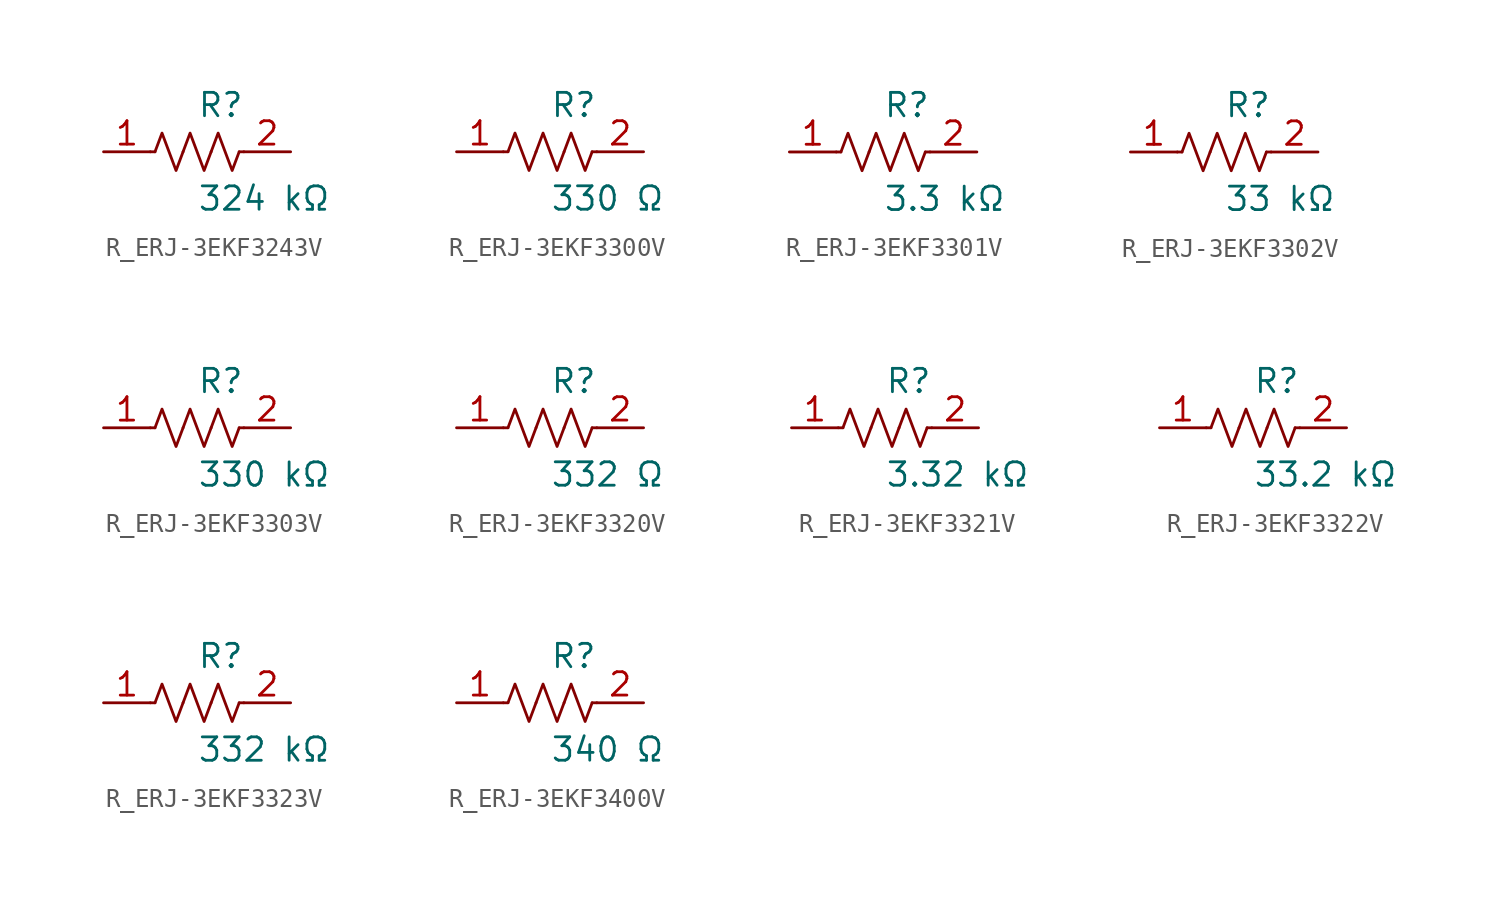
<source format=kicad_sym>
(kicad_symbol_lib
  (version 20231120)
  (generator kicad_symbol_editor)
  (generator_version 8.0)
  (symbol "R_ERJ-3EKF3243V"
    (pin_names
      (offset 0.254))
    (property "Reference" "R"
      (at 0.0 2.54 0)
      (effects (font (size 1.27 1.27)) (justify left)))
    (property "Value" "324 kΩ"
      (at 0.0 -2.54 0)
      (effects (font (size 1.27 1.27)) (justify left)))
    (symbol "R_ERJ-3EKF3243V_0_1"
      (polyline (pts (xy 2.286 0) (xy 2.54 0)) (stroke (width 0) (type default)) (fill (type none)))
      (polyline (pts (xy -2.286 0) (xy -2.54 0)) (stroke (width 0) (type default)) (fill (type none)))
      (polyline (pts (xy 0.762 0) (xy 1.143 1.016) (xy 1.524 0) (xy 1.905 -1.016) (xy 2.286 0)) (stroke (width 0) (type default)) (fill (type none)))
      (polyline (pts (xy -0.762 0) (xy -0.381 1.016) (xy 0 0) (xy 0.381 -1.016) (xy 0.762 0)) (stroke (width 0) (type default)) (fill (type none)))
      (polyline (pts (xy -2.286 0) (xy -1.905 1.016) (xy -1.524 0) (xy -1.143 -1.016) (xy -0.762 0)) (stroke (width 0) (type default)) (fill (type none))))
    (pin unspecified line
      (at -5.08 0 0)
      (length 2.54)
      (name "" (effects (font (size 1.27 1.27))))
      (number "1" (effects (font (size 1.27 1.27)))))
    (pin unspecified line
      (at 5.08 0 180)
      (length 2.54)
      (name "" (effects (font (size 1.27 1.27))))
      (number "2" (effects (font (size 1.27 1.27))))))
  (symbol "R_ERJ-3EKF3300V"
    (pin_names
      (offset 0.254))
    (property "Reference" "R"
      (at 0.0 2.54 0)
      (effects (font (size 1.27 1.27)) (justify left)))
    (property "Value" "330 Ω"
      (at 0.0 -2.54 0)
      (effects (font (size 1.27 1.27)) (justify left)))
    (symbol "R_ERJ-3EKF3300V_0_1"
      (polyline (pts (xy 2.286 0) (xy 2.54 0)) (stroke (width 0) (type default)) (fill (type none)))
      (polyline (pts (xy -2.286 0) (xy -2.54 0)) (stroke (width 0) (type default)) (fill (type none)))
      (polyline (pts (xy 0.762 0) (xy 1.143 1.016) (xy 1.524 0) (xy 1.905 -1.016) (xy 2.286 0)) (stroke (width 0) (type default)) (fill (type none)))
      (polyline (pts (xy -0.762 0) (xy -0.381 1.016) (xy 0 0) (xy 0.381 -1.016) (xy 0.762 0)) (stroke (width 0) (type default)) (fill (type none)))
      (polyline (pts (xy -2.286 0) (xy -1.905 1.016) (xy -1.524 0) (xy -1.143 -1.016) (xy -0.762 0)) (stroke (width 0) (type default)) (fill (type none))))
    (pin unspecified line
      (at -5.08 0 0)
      (length 2.54)
      (name "" (effects (font (size 1.27 1.27))))
      (number "1" (effects (font (size 1.27 1.27)))))
    (pin unspecified line
      (at 5.08 0 180)
      (length 2.54)
      (name "" (effects (font (size 1.27 1.27))))
      (number "2" (effects (font (size 1.27 1.27))))))
  (symbol "R_ERJ-3EKF3301V"
    (pin_names
      (offset 0.254))
    (property "Reference" "R"
      (at 0.0 2.54 0)
      (effects (font (size 1.27 1.27)) (justify left)))
    (property "Value" "3.3 kΩ"
      (at 0.0 -2.54 0)
      (effects (font (size 1.27 1.27)) (justify left)))
    (symbol "R_ERJ-3EKF3301V_0_1"
      (polyline (pts (xy 2.286 0) (xy 2.54 0)) (stroke (width 0) (type default)) (fill (type none)))
      (polyline (pts (xy -2.286 0) (xy -2.54 0)) (stroke (width 0) (type default)) (fill (type none)))
      (polyline (pts (xy 0.762 0) (xy 1.143 1.016) (xy 1.524 0) (xy 1.905 -1.016) (xy 2.286 0)) (stroke (width 0) (type default)) (fill (type none)))
      (polyline (pts (xy -0.762 0) (xy -0.381 1.016) (xy 0 0) (xy 0.381 -1.016) (xy 0.762 0)) (stroke (width 0) (type default)) (fill (type none)))
      (polyline (pts (xy -2.286 0) (xy -1.905 1.016) (xy -1.524 0) (xy -1.143 -1.016) (xy -0.762 0)) (stroke (width 0) (type default)) (fill (type none))))
    (pin unspecified line
      (at -5.08 0 0)
      (length 2.54)
      (name "" (effects (font (size 1.27 1.27))))
      (number "1" (effects (font (size 1.27 1.27)))))
    (pin unspecified line
      (at 5.08 0 180)
      (length 2.54)
      (name "" (effects (font (size 1.27 1.27))))
      (number "2" (effects (font (size 1.27 1.27))))))
  (symbol "R_ERJ-3EKF3302V"
    (pin_names
      (offset 0.254))
    (property "Reference" "R"
      (at 0.0 2.54 0)
      (effects (font (size 1.27 1.27)) (justify left)))
    (property "Value" "33 kΩ"
      (at 0.0 -2.54 0)
      (effects (font (size 1.27 1.27)) (justify left)))
    (symbol "R_ERJ-3EKF3302V_0_1"
      (polyline (pts (xy 2.286 0) (xy 2.54 0)) (stroke (width 0) (type default)) (fill (type none)))
      (polyline (pts (xy -2.286 0) (xy -2.54 0)) (stroke (width 0) (type default)) (fill (type none)))
      (polyline (pts (xy 0.762 0) (xy 1.143 1.016) (xy 1.524 0) (xy 1.905 -1.016) (xy 2.286 0)) (stroke (width 0) (type default)) (fill (type none)))
      (polyline (pts (xy -0.762 0) (xy -0.381 1.016) (xy 0 0) (xy 0.381 -1.016) (xy 0.762 0)) (stroke (width 0) (type default)) (fill (type none)))
      (polyline (pts (xy -2.286 0) (xy -1.905 1.016) (xy -1.524 0) (xy -1.143 -1.016) (xy -0.762 0)) (stroke (width 0) (type default)) (fill (type none))))
    (pin unspecified line
      (at -5.08 0 0)
      (length 2.54)
      (name "" (effects (font (size 1.27 1.27))))
      (number "1" (effects (font (size 1.27 1.27)))))
    (pin unspecified line
      (at 5.08 0 180)
      (length 2.54)
      (name "" (effects (font (size 1.27 1.27))))
      (number "2" (effects (font (size 1.27 1.27))))))
  (symbol "R_ERJ-3EKF3303V"
    (pin_names
      (offset 0.254))
    (property "Reference" "R"
      (at 0.0 2.54 0)
      (effects (font (size 1.27 1.27)) (justify left)))
    (property "Value" "330 kΩ"
      (at 0.0 -2.54 0)
      (effects (font (size 1.27 1.27)) (justify left)))
    (symbol "R_ERJ-3EKF3303V_0_1"
      (polyline (pts (xy 2.286 0) (xy 2.54 0)) (stroke (width 0) (type default)) (fill (type none)))
      (polyline (pts (xy -2.286 0) (xy -2.54 0)) (stroke (width 0) (type default)) (fill (type none)))
      (polyline (pts (xy 0.762 0) (xy 1.143 1.016) (xy 1.524 0) (xy 1.905 -1.016) (xy 2.286 0)) (stroke (width 0) (type default)) (fill (type none)))
      (polyline (pts (xy -0.762 0) (xy -0.381 1.016) (xy 0 0) (xy 0.381 -1.016) (xy 0.762 0)) (stroke (width 0) (type default)) (fill (type none)))
      (polyline (pts (xy -2.286 0) (xy -1.905 1.016) (xy -1.524 0) (xy -1.143 -1.016) (xy -0.762 0)) (stroke (width 0) (type default)) (fill (type none))))
    (pin unspecified line
      (at -5.08 0 0)
      (length 2.54)
      (name "" (effects (font (size 1.27 1.27))))
      (number "1" (effects (font (size 1.27 1.27)))))
    (pin unspecified line
      (at 5.08 0 180)
      (length 2.54)
      (name "" (effects (font (size 1.27 1.27))))
      (number "2" (effects (font (size 1.27 1.27))))))
  (symbol "R_ERJ-3EKF3320V"
    (pin_names
      (offset 0.254))
    (property "Reference" "R"
      (at 0.0 2.54 0)
      (effects (font (size 1.27 1.27)) (justify left)))
    (property "Value" "332 Ω"
      (at 0.0 -2.54 0)
      (effects (font (size 1.27 1.27)) (justify left)))
    (symbol "R_ERJ-3EKF3320V_0_1"
      (polyline (pts (xy 2.286 0) (xy 2.54 0)) (stroke (width 0) (type default)) (fill (type none)))
      (polyline (pts (xy -2.286 0) (xy -2.54 0)) (stroke (width 0) (type default)) (fill (type none)))
      (polyline (pts (xy 0.762 0) (xy 1.143 1.016) (xy 1.524 0) (xy 1.905 -1.016) (xy 2.286 0)) (stroke (width 0) (type default)) (fill (type none)))
      (polyline (pts (xy -0.762 0) (xy -0.381 1.016) (xy 0 0) (xy 0.381 -1.016) (xy 0.762 0)) (stroke (width 0) (type default)) (fill (type none)))
      (polyline (pts (xy -2.286 0) (xy -1.905 1.016) (xy -1.524 0) (xy -1.143 -1.016) (xy -0.762 0)) (stroke (width 0) (type default)) (fill (type none))))
    (pin unspecified line
      (at -5.08 0 0)
      (length 2.54)
      (name "" (effects (font (size 1.27 1.27))))
      (number "1" (effects (font (size 1.27 1.27)))))
    (pin unspecified line
      (at 5.08 0 180)
      (length 2.54)
      (name "" (effects (font (size 1.27 1.27))))
      (number "2" (effects (font (size 1.27 1.27))))))
  (symbol "R_ERJ-3EKF3321V"
    (pin_names
      (offset 0.254))
    (property "Reference" "R"
      (at 0.0 2.54 0)
      (effects (font (size 1.27 1.27)) (justify left)))
    (property "Value" "3.32 kΩ"
      (at 0.0 -2.54 0)
      (effects (font (size 1.27 1.27)) (justify left)))
    (symbol "R_ERJ-3EKF3321V_0_1"
      (polyline (pts (xy 2.286 0) (xy 2.54 0)) (stroke (width 0) (type default)) (fill (type none)))
      (polyline (pts (xy -2.286 0) (xy -2.54 0)) (stroke (width 0) (type default)) (fill (type none)))
      (polyline (pts (xy 0.762 0) (xy 1.143 1.016) (xy 1.524 0) (xy 1.905 -1.016) (xy 2.286 0)) (stroke (width 0) (type default)) (fill (type none)))
      (polyline (pts (xy -0.762 0) (xy -0.381 1.016) (xy 0 0) (xy 0.381 -1.016) (xy 0.762 0)) (stroke (width 0) (type default)) (fill (type none)))
      (polyline (pts (xy -2.286 0) (xy -1.905 1.016) (xy -1.524 0) (xy -1.143 -1.016) (xy -0.762 0)) (stroke (width 0) (type default)) (fill (type none))))
    (pin unspecified line
      (at -5.08 0 0)
      (length 2.54)
      (name "" (effects (font (size 1.27 1.27))))
      (number "1" (effects (font (size 1.27 1.27)))))
    (pin unspecified line
      (at 5.08 0 180)
      (length 2.54)
      (name "" (effects (font (size 1.27 1.27))))
      (number "2" (effects (font (size 1.27 1.27))))))
  (symbol "R_ERJ-3EKF3322V"
    (pin_names
      (offset 0.254))
    (property "Reference" "R"
      (at 0.0 2.54 0)
      (effects (font (size 1.27 1.27)) (justify left)))
    (property "Value" "33.2 kΩ"
      (at 0.0 -2.54 0)
      (effects (font (size 1.27 1.27)) (justify left)))
    (symbol "R_ERJ-3EKF3322V_0_1"
      (polyline (pts (xy 2.286 0) (xy 2.54 0)) (stroke (width 0) (type default)) (fill (type none)))
      (polyline (pts (xy -2.286 0) (xy -2.54 0)) (stroke (width 0) (type default)) (fill (type none)))
      (polyline (pts (xy 0.762 0) (xy 1.143 1.016) (xy 1.524 0) (xy 1.905 -1.016) (xy 2.286 0)) (stroke (width 0) (type default)) (fill (type none)))
      (polyline (pts (xy -0.762 0) (xy -0.381 1.016) (xy 0 0) (xy 0.381 -1.016) (xy 0.762 0)) (stroke (width 0) (type default)) (fill (type none)))
      (polyline (pts (xy -2.286 0) (xy -1.905 1.016) (xy -1.524 0) (xy -1.143 -1.016) (xy -0.762 0)) (stroke (width 0) (type default)) (fill (type none))))
    (pin unspecified line
      (at -5.08 0 0)
      (length 2.54)
      (name "" (effects (font (size 1.27 1.27))))
      (number "1" (effects (font (size 1.27 1.27)))))
    (pin unspecified line
      (at 5.08 0 180)
      (length 2.54)
      (name "" (effects (font (size 1.27 1.27))))
      (number "2" (effects (font (size 1.27 1.27))))))
  (symbol "R_ERJ-3EKF3323V"
    (pin_names
      (offset 0.254))
    (property "Reference" "R"
      (at 0.0 2.54 0)
      (effects (font (size 1.27 1.27)) (justify left)))
    (property "Value" "332 kΩ"
      (at 0.0 -2.54 0)
      (effects (font (size 1.27 1.27)) (justify left)))
    (symbol "R_ERJ-3EKF3323V_0_1"
      (polyline (pts (xy 2.286 0) (xy 2.54 0)) (stroke (width 0) (type default)) (fill (type none)))
      (polyline (pts (xy -2.286 0) (xy -2.54 0)) (stroke (width 0) (type default)) (fill (type none)))
      (polyline (pts (xy 0.762 0) (xy 1.143 1.016) (xy 1.524 0) (xy 1.905 -1.016) (xy 2.286 0)) (stroke (width 0) (type default)) (fill (type none)))
      (polyline (pts (xy -0.762 0) (xy -0.381 1.016) (xy 0 0) (xy 0.381 -1.016) (xy 0.762 0)) (stroke (width 0) (type default)) (fill (type none)))
      (polyline (pts (xy -2.286 0) (xy -1.905 1.016) (xy -1.524 0) (xy -1.143 -1.016) (xy -0.762 0)) (stroke (width 0) (type default)) (fill (type none))))
    (pin unspecified line
      (at -5.08 0 0)
      (length 2.54)
      (name "" (effects (font (size 1.27 1.27))))
      (number "1" (effects (font (size 1.27 1.27)))))
    (pin unspecified line
      (at 5.08 0 180)
      (length 2.54)
      (name "" (effects (font (size 1.27 1.27))))
      (number "2" (effects (font (size 1.27 1.27))))))
  (symbol "R_ERJ-3EKF3400V"
    (pin_names
      (offset 0.254))
    (property "Reference" "R"
      (at 0.0 2.54 0)
      (effects (font (size 1.27 1.27)) (justify left)))
    (property "Value" "340 Ω"
      (at 0.0 -2.54 0)
      (effects (font (size 1.27 1.27)) (justify left)))
    (symbol "R_ERJ-3EKF3400V_0_1"
      (polyline (pts (xy 2.286 0) (xy 2.54 0)) (stroke (width 0) (type default)) (fill (type none)))
      (polyline (pts (xy -2.286 0) (xy -2.54 0)) (stroke (width 0) (type default)) (fill (type none)))
      (polyline (pts (xy 0.762 0) (xy 1.143 1.016) (xy 1.524 0) (xy 1.905 -1.016) (xy 2.286 0)) (stroke (width 0) (type default)) (fill (type none)))
      (polyline (pts (xy -0.762 0) (xy -0.381 1.016) (xy 0 0) (xy 0.381 -1.016) (xy 0.762 0)) (stroke (width 0) (type default)) (fill (type none)))
      (polyline (pts (xy -2.286 0) (xy -1.905 1.016) (xy -1.524 0) (xy -1.143 -1.016) (xy -0.762 0)) (stroke (width 0) (type default)) (fill (type none))))
    (pin unspecified line
      (at -5.08 0 0)
      (length 2.54)
      (name "" (effects (font (size 1.27 1.27))))
      (number "1" (effects (font (size 1.27 1.27)))))
    (pin unspecified line
      (at 5.08 0 180)
      (length 2.54)
      (name "" (effects (font (size 1.27 1.27))))
      (number "2" (effects (font (size 1.27 1.27)))))))
</source>
